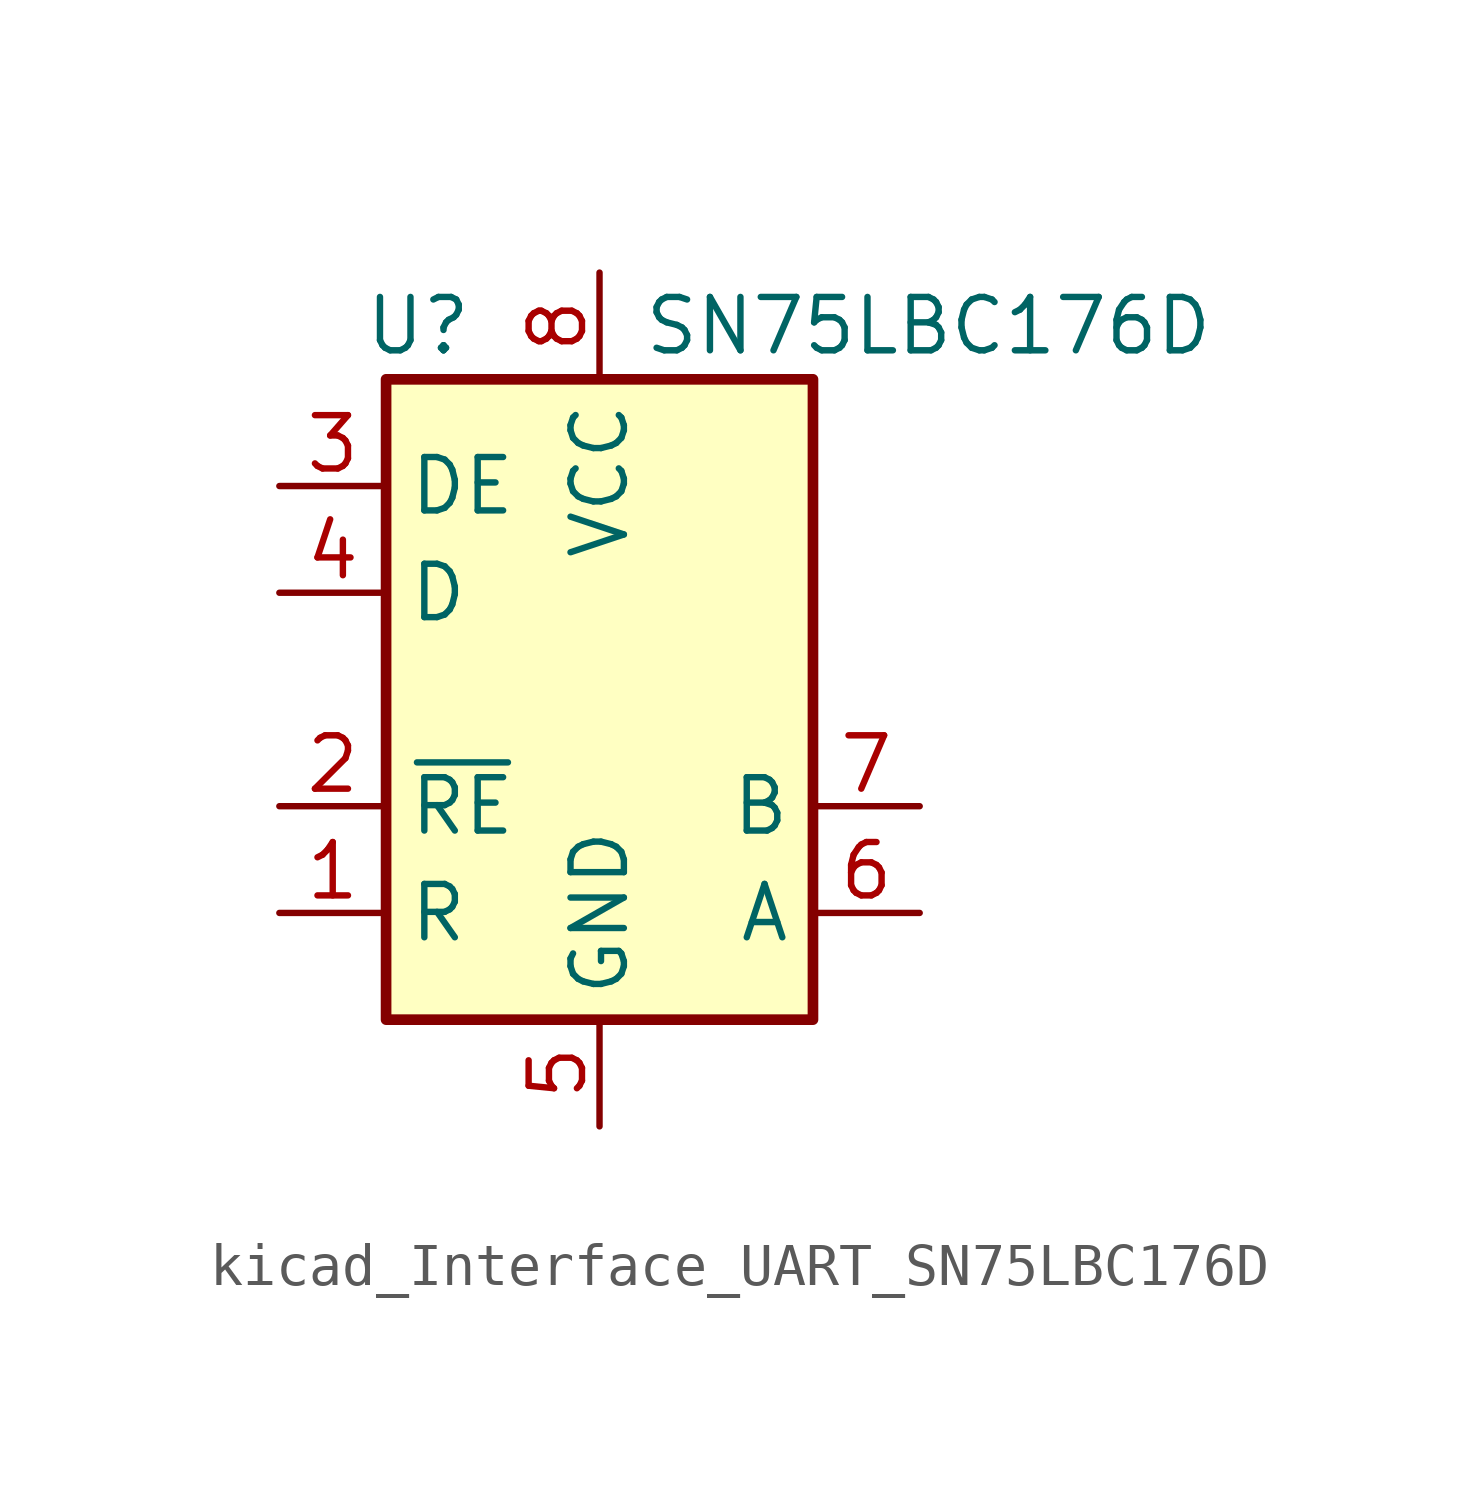
<source format=kicad_sym>
(kicad_symbol_lib
  (version 20220914)
  (generator kicad_symbol_editor)
  (symbol "kicad_Interface_UART_SN75LBC176D"
    (property "Reference" "U"
      (at -4.318 8.89 0)
      (effects (font (size 1.27 1.27))))
    (property "Value" "SN75LBC176D"
      (at 1.016 8.89 0)
      (effects (font (size 1.27 1.27)) (justify left)))
    (symbol "kicad_Interface_UART_SN75LBC176D_0_1"
      (rectangle (start -5.08 7.62) (end 5.08 -7.62) (stroke (width 0.254) (type default)) (fill (type background))))
    (symbol "kicad_Interface_UART_SN75LBC176D_1_1"
      (pin output line (at -7.62 -5.08 0) (length 2.54) (name "R" (effects (font (size 1.27 1.27)))) (number "1" (effects (font (size 1.27 1.27)))))
      (pin input line (at -7.62 -2.54 0) (length 2.54) (name "~{RE}" (effects (font (size 1.27 1.27)))) (number "2" (effects (font (size 1.27 1.27)))))
      (pin input line (at -7.62 5.08 0) (length 2.54) (name "DE" (effects (font (size 1.27 1.27)))) (number "3" (effects (font (size 1.27 1.27)))))
      (pin input line (at -7.62 2.54 0) (length 2.54) (name "D" (effects (font (size 1.27 1.27)))) (number "4" (effects (font (size 1.27 1.27)))))
      (pin power_in line (at 0 -10.16 90) (length 2.54) (name "GND" (effects (font (size 1.27 1.27)))) (number "5" (effects (font (size 1.27 1.27)))))
      (pin bidirectional line (at 7.62 -5.08 180) (length 2.54) (name "A" (effects (font (size 1.27 1.27)))) (number "6" (effects (font (size 1.27 1.27)))))
      (pin bidirectional line (at 7.62 -2.54 180) (length 2.54) (name "B" (effects (font (size 1.27 1.27)))) (number "7" (effects (font (size 1.27 1.27)))))
      (pin power_in line (at 0 10.16 270) (length 2.54) (name "VCC" (effects (font (size 1.27 1.27)))) (number "8" (effects (font (size 1.27 1.27))))))))
</source>
